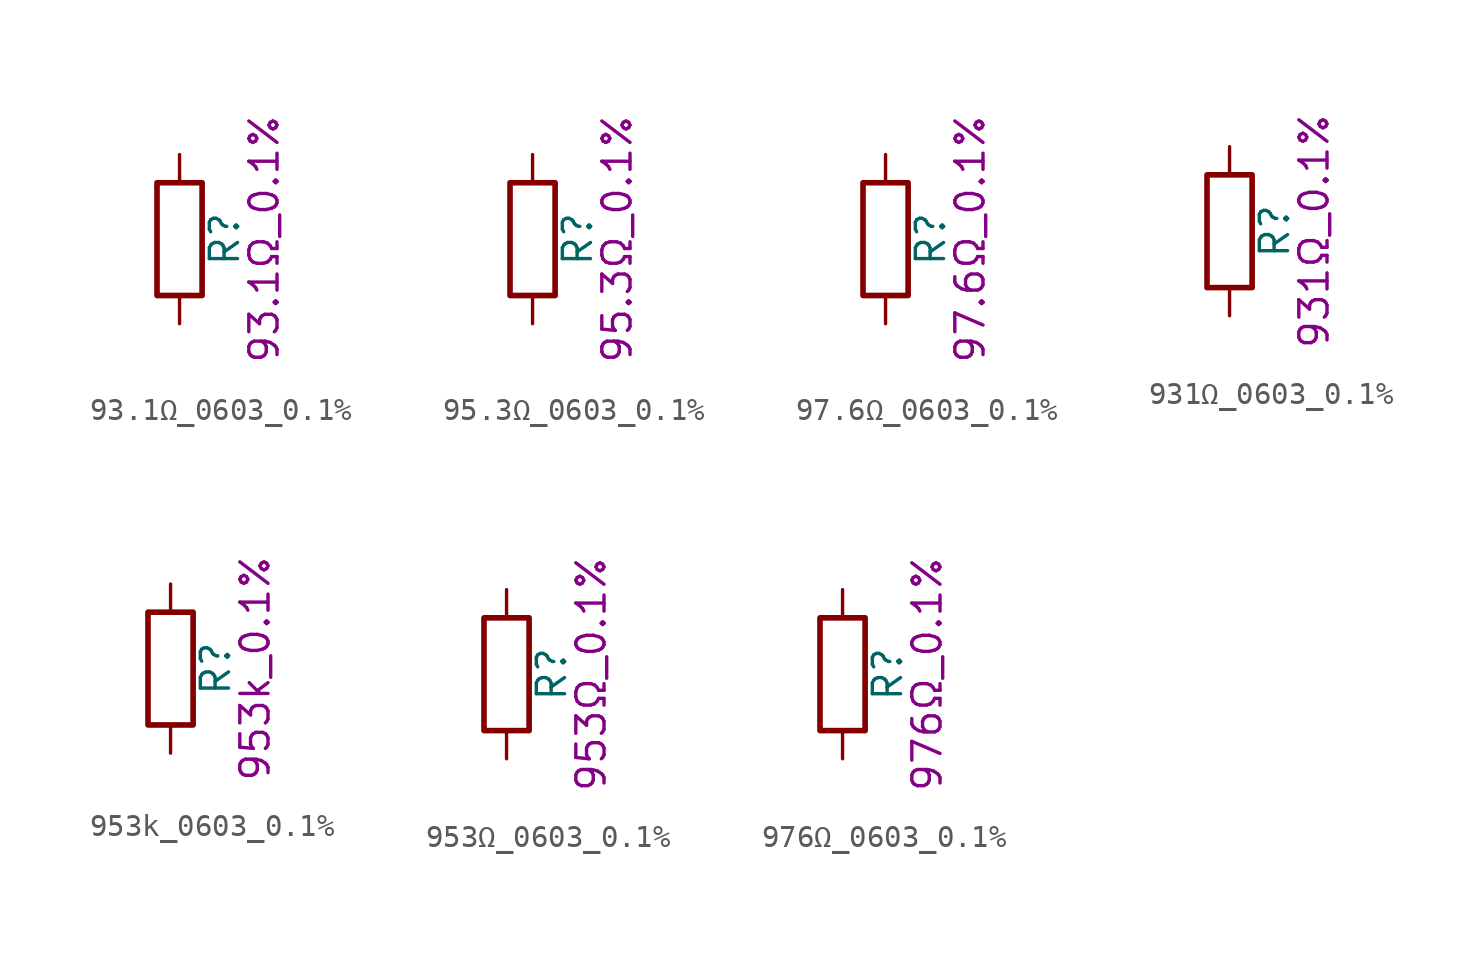
<source format=kicad_sym>
(kicad_symbol_lib
  (version 20211014)
  (generator kicad_symbol_editor)
  (symbol "93.1Ω_0603_0.1%"
    (pin_numbers hide)
    (pin_names
      (offset 0))
    (property "Reference" "R"
      (at 2.032 0 90)
      (effects (font (size 1.27 1.27))))
    (property "Display" "93.1Ω_0.1%"
      (at 3.81 0 90)
      (effects (font (size 1.27 1.27))))
    (symbol "93.1Ω_0603_0.1%_0_1"
      (rectangle (start -1.016 -2.54) (end 1.016 2.54) (stroke (width 0.254) (type default) (color 0 0 0 0)) (fill (type none))))
    (symbol "93.1Ω_0603_0.1%_1_1"
      (pin passive line (at 0 3.81 270) (length 1.27) (name "~" (effects (font (size 1.27 1.27)))) (number "1" (effects (font (size 1.27 1.27)))))
      (pin passive line (at 0 -3.81 90) (length 1.27) (name "~" (effects (font (size 1.27 1.27)))) (number "2" (effects (font (size 1.27 1.27)))))))
  (symbol "95.3Ω_0603_0.1%"
    (pin_numbers hide)
    (pin_names
      (offset 0))
    (property "Reference" "R"
      (at 2.032 0 90)
      (effects (font (size 1.27 1.27))))
    (property "Display" "95.3Ω_0.1%"
      (at 3.81 0 90)
      (effects (font (size 1.27 1.27))))
    (symbol "95.3Ω_0603_0.1%_0_1"
      (rectangle (start -1.016 -2.54) (end 1.016 2.54) (stroke (width 0.254) (type default) (color 0 0 0 0)) (fill (type none))))
    (symbol "95.3Ω_0603_0.1%_1_1"
      (pin passive line (at 0 3.81 270) (length 1.27) (name "~" (effects (font (size 1.27 1.27)))) (number "1" (effects (font (size 1.27 1.27)))))
      (pin passive line (at 0 -3.81 90) (length 1.27) (name "~" (effects (font (size 1.27 1.27)))) (number "2" (effects (font (size 1.27 1.27)))))))
  (symbol "97.6Ω_0603_0.1%"
    (pin_numbers hide)
    (pin_names
      (offset 0))
    (property "Reference" "R"
      (at 2.032 0 90)
      (effects (font (size 1.27 1.27))))
    (property "Display" "97.6Ω_0.1%"
      (at 3.81 0 90)
      (effects (font (size 1.27 1.27))))
    (symbol "97.6Ω_0603_0.1%_0_1"
      (rectangle (start -1.016 -2.54) (end 1.016 2.54) (stroke (width 0.254) (type default) (color 0 0 0 0)) (fill (type none))))
    (symbol "97.6Ω_0603_0.1%_1_1"
      (pin passive line (at 0 3.81 270) (length 1.27) (name "~" (effects (font (size 1.27 1.27)))) (number "1" (effects (font (size 1.27 1.27)))))
      (pin passive line (at 0 -3.81 90) (length 1.27) (name "~" (effects (font (size 1.27 1.27)))) (number "2" (effects (font (size 1.27 1.27)))))))
  (symbol "931Ω_0603_0.1%"
    (pin_numbers hide)
    (pin_names
      (offset 0))
    (property "Reference" "R"
      (at 2.032 0 90)
      (effects (font (size 1.27 1.27))))
    (property "Display" "931Ω_0.1%"
      (at 3.81 0 90)
      (effects (font (size 1.27 1.27))))
    (symbol "931Ω_0603_0.1%_0_1"
      (rectangle (start -1.016 -2.54) (end 1.016 2.54) (stroke (width 0.254) (type default) (color 0 0 0 0)) (fill (type none))))
    (symbol "931Ω_0603_0.1%_1_1"
      (pin passive line (at 0 3.81 270) (length 1.27) (name "~" (effects (font (size 1.27 1.27)))) (number "1" (effects (font (size 1.27 1.27)))))
      (pin passive line (at 0 -3.81 90) (length 1.27) (name "~" (effects (font (size 1.27 1.27)))) (number "2" (effects (font (size 1.27 1.27)))))))
  (symbol "953k_0603_0.1%"
    (pin_numbers hide)
    (pin_names
      (offset 0))
    (property "Reference" "R"
      (at 2.032 0 90)
      (effects (font (size 1.27 1.27))))
    (property "Display" "953k_0.1%"
      (at 3.81 0 90)
      (effects (font (size 1.27 1.27))))
    (symbol "953k_0603_0.1%_0_1"
      (rectangle (start -1.016 -2.54) (end 1.016 2.54) (stroke (width 0.254) (type default) (color 0 0 0 0)) (fill (type none))))
    (symbol "953k_0603_0.1%_1_1"
      (pin passive line (at 0 3.81 270) (length 1.27) (name "~" (effects (font (size 1.27 1.27)))) (number "1" (effects (font (size 1.27 1.27)))))
      (pin passive line (at 0 -3.81 90) (length 1.27) (name "~" (effects (font (size 1.27 1.27)))) (number "2" (effects (font (size 1.27 1.27)))))))
  (symbol "953Ω_0603_0.1%"
    (pin_numbers hide)
    (pin_names
      (offset 0))
    (property "Reference" "R"
      (at 2.032 0 90)
      (effects (font (size 1.27 1.27))))
    (property "Display" "953Ω_0.1%"
      (at 3.81 0 90)
      (effects (font (size 1.27 1.27))))
    (symbol "953Ω_0603_0.1%_0_1"
      (rectangle (start -1.016 -2.54) (end 1.016 2.54) (stroke (width 0.254) (type default) (color 0 0 0 0)) (fill (type none))))
    (symbol "953Ω_0603_0.1%_1_1"
      (pin passive line (at 0 3.81 270) (length 1.27) (name "~" (effects (font (size 1.27 1.27)))) (number "1" (effects (font (size 1.27 1.27)))))
      (pin passive line (at 0 -3.81 90) (length 1.27) (name "~" (effects (font (size 1.27 1.27)))) (number "2" (effects (font (size 1.27 1.27)))))))
  (symbol "976Ω_0603_0.1%"
    (pin_numbers hide)
    (pin_names
      (offset 0))
    (property "Reference" "R"
      (at 2.032 0 90)
      (effects (font (size 1.27 1.27))))
    (property "Display" "976Ω_0.1%"
      (at 3.81 0 90)
      (effects (font (size 1.27 1.27))))
    (symbol "976Ω_0603_0.1%_0_1"
      (rectangle (start -1.016 -2.54) (end 1.016 2.54) (stroke (width 0.254) (type default) (color 0 0 0 0)) (fill (type none))))
    (symbol "976Ω_0603_0.1%_1_1"
      (pin passive line (at 0 3.81 270) (length 1.27) (name "~" (effects (font (size 1.27 1.27)))) (number "1" (effects (font (size 1.27 1.27)))))
      (pin passive line (at 0 -3.81 90) (length 1.27) (name "~" (effects (font (size 1.27 1.27)))) (number "2" (effects (font (size 1.27 1.27))))))))
</source>
